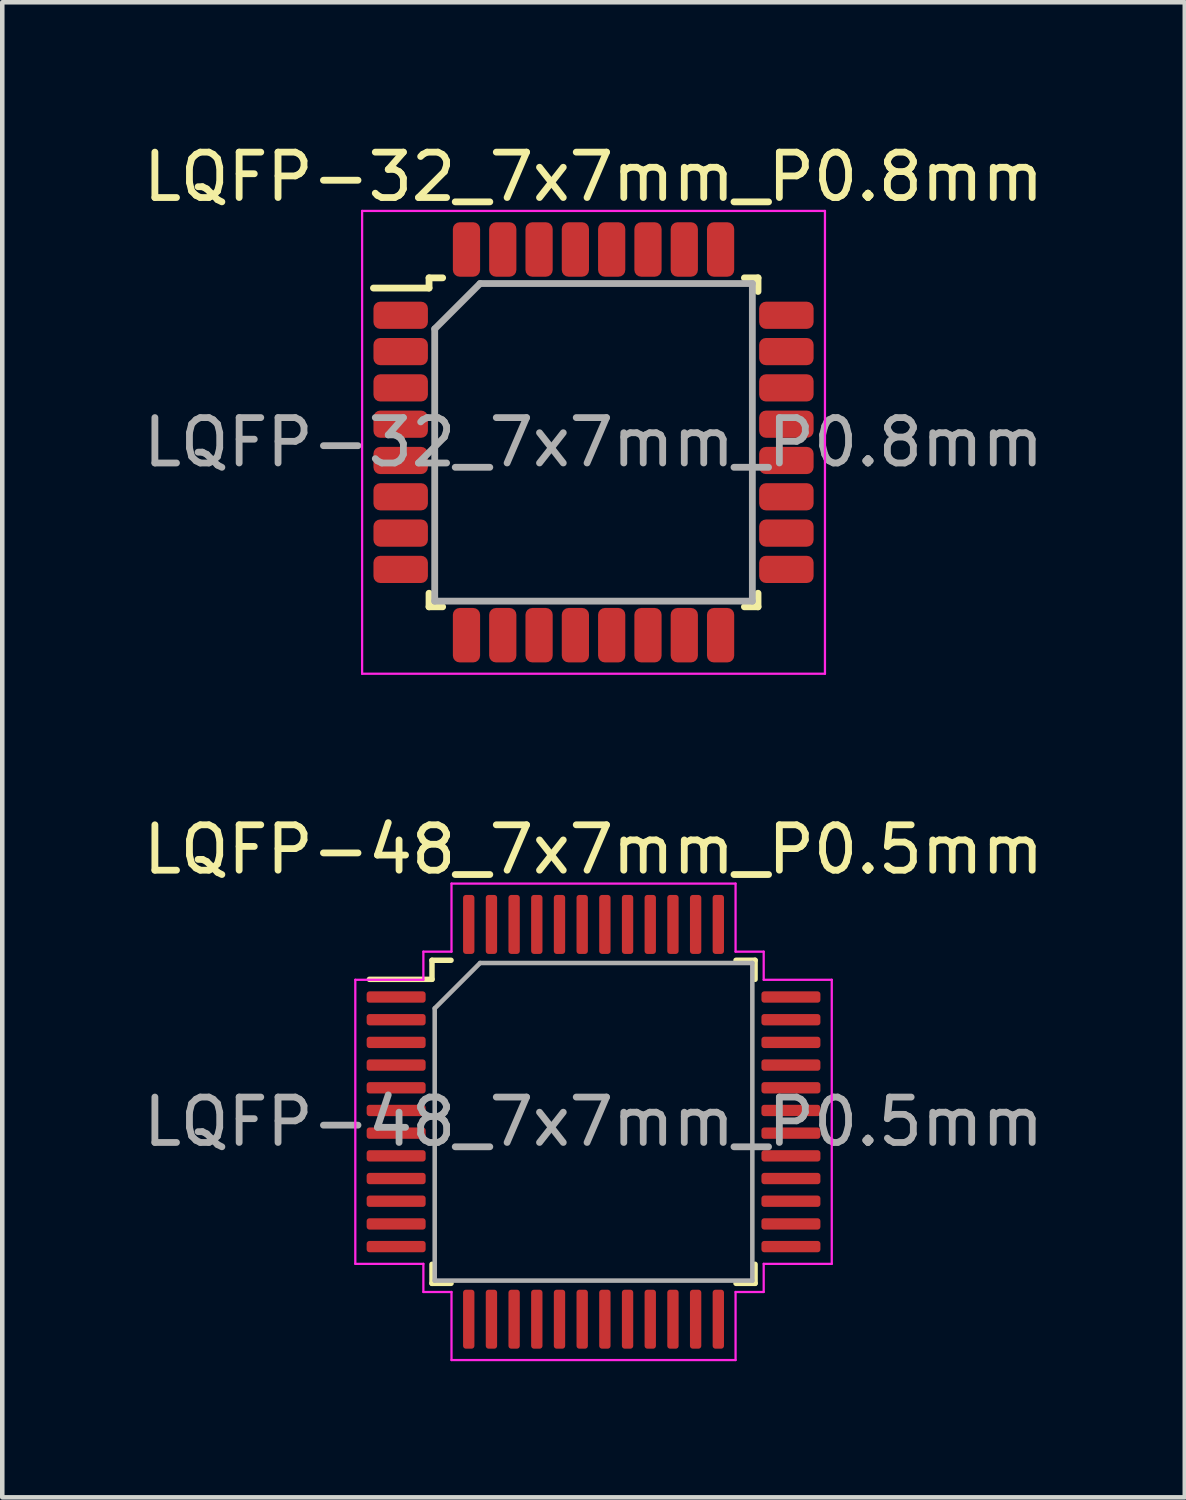
<source format=kicad_pcb>
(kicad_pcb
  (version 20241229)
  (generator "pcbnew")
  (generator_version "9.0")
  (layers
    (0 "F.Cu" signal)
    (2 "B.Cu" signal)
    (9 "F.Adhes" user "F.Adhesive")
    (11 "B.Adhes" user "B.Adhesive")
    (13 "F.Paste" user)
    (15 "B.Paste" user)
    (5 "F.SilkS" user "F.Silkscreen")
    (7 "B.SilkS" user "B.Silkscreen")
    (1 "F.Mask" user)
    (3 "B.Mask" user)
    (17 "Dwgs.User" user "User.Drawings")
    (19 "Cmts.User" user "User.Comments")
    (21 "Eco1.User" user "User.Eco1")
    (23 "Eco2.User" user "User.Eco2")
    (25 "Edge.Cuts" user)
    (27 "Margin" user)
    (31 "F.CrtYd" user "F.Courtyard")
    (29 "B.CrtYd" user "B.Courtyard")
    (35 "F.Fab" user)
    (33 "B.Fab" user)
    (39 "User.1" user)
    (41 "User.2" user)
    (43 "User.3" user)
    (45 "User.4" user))
  (footprint "LQFP-32_7x7mm_P0.8mm"
    (layer "F.Cu")
    (at 10.03 6.698)
    (property "Reference" "LQFP-32_7x7mm_P0.8mm" (at 0 -5.85 0) (layer "F.SilkS") (effects (font (size 1 1) (thickness 0.15))))
    (attr smd)
    (fp_line (start -3.625 -3.625) (end -3.625 -3.4) (stroke (width 0.15) (type solid)) (layer "F.SilkS"))
    (fp_line (start -3.625 -3.625) (end -3.325 -3.625) (stroke (width 0.15) (type solid)) (layer "F.SilkS"))
    (fp_line (start -3.625 -3.4) (end -4.85 -3.4) (stroke (width 0.15) (type solid)) (layer "F.SilkS"))
    (fp_line (start -3.625 3.625) (end -3.625 3.325) (stroke (width 0.15) (type solid)) (layer "F.SilkS"))
    (fp_line (start -3.625 3.625) (end -3.325 3.625) (stroke (width 0.15) (type solid)) (layer "F.SilkS"))
    (fp_line (start 3.625 -3.625) (end 3.325 -3.625) (stroke (width 0.15) (type solid)) (layer "F.SilkS"))
    (fp_line (start 3.625 -3.625) (end 3.625 -3.325) (stroke (width 0.15) (type solid)) (layer "F.SilkS"))
    (fp_line (start 3.625 3.625) (end 3.325 3.625) (stroke (width 0.15) (type solid)) (layer "F.SilkS"))
    (fp_line (start 3.625 3.625) (end 3.625 3.325) (stroke (width 0.15) (type solid)) (layer "F.SilkS"))
    (fp_line (start -5.1 -5.1) (end -5.1 5.1) (stroke (width 0.05) (type solid)) (layer "F.CrtYd"))
    (fp_line (start -5.1 -5.1) (end 5.1 -5.1) (stroke (width 0.05) (type solid)) (layer "F.CrtYd"))
    (fp_line (start -5.1 5.1) (end 5.1 5.1) (stroke (width 0.05) (type solid)) (layer "F.CrtYd"))
    (fp_line (start 5.1 -5.1) (end 5.1 5.1) (stroke (width 0.05) (type solid)) (layer "F.CrtYd"))
    (fp_line (start -3.5 -2.5) (end -2.5 -3.5) (stroke (width 0.15) (type solid)) (layer "F.Fab"))
    (fp_line (start -3.5 3.5) (end -3.5 -2.5) (stroke (width 0.15) (type solid)) (layer "F.Fab"))
    (fp_line (start -2.5 -3.5) (end 3.5 -3.5) (stroke (width 0.15) (type solid)) (layer "F.Fab"))
    (fp_line (start 3.5 -3.5) (end 3.5 3.5) (stroke (width 0.15) (type solid)) (layer "F.Fab"))
    (fp_line (start 3.5 3.5) (end -3.5 3.5) (stroke (width 0.15) (type solid)) (layer "F.Fab"))
    (fp_text user "${REFERENCE}" (at 0 0 0) (layer "F.Fab") (effects (font (size 1 1) (thickness 0.15))))
    (pad "1" smd roundrect (at -4.25 -2.8) (size 1.2 0.6) (layers "F.Cu" "F.Mask" "F.Paste") (roundrect_rratio 0.25))
    (pad "2" smd roundrect (at -4.25 -2) (size 1.2 0.6) (layers "F.Cu" "F.Mask" "F.Paste") (roundrect_rratio 0.25))
    (pad "3" smd roundrect (at -4.25 -1.2) (size 1.2 0.6) (layers "F.Cu" "F.Mask" "F.Paste") (roundrect_rratio 0.25))
    (pad "4" smd roundrect (at -4.25 -0.4) (size 1.2 0.6) (layers "F.Cu" "F.Mask" "F.Paste") (roundrect_rratio 0.25))
    (pad "5" smd roundrect (at -4.25 0.4) (size 1.2 0.6) (layers "F.Cu" "F.Mask" "F.Paste") (roundrect_rratio 0.25))
    (pad "6" smd roundrect (at -4.25 1.2) (size 1.2 0.6) (layers "F.Cu" "F.Mask" "F.Paste") (roundrect_rratio 0.25))
    (pad "7" smd roundrect (at -4.25 2) (size 1.2 0.6) (layers "F.Cu" "F.Mask" "F.Paste") (roundrect_rratio 0.25))
    (pad "8" smd roundrect (at -4.25 2.8) (size 1.2 0.6) (layers "F.Cu" "F.Mask" "F.Paste") (roundrect_rratio 0.25))
    (pad "9" smd roundrect (at -2.8 4.25 90) (size 1.2 0.6) (layers "F.Cu" "F.Mask" "F.Paste") (roundrect_rratio 0.25))
    (pad "10" smd roundrect (at -2 4.25 90) (size 1.2 0.6) (layers "F.Cu" "F.Mask" "F.Paste") (roundrect_rratio 0.25))
    (pad "11" smd roundrect (at -1.2 4.25 90) (size 1.2 0.6) (layers "F.Cu" "F.Mask" "F.Paste") (roundrect_rratio 0.25))
    (pad "12" smd roundrect (at -0.4 4.25 90) (size 1.2 0.6) (layers "F.Cu" "F.Mask" "F.Paste") (roundrect_rratio 0.25))
    (pad "13" smd roundrect (at 0.4 4.25 90) (size 1.2 0.6) (layers "F.Cu" "F.Mask" "F.Paste") (roundrect_rratio 0.25))
    (pad "14" smd roundrect (at 1.2 4.25 90) (size 1.2 0.6) (layers "F.Cu" "F.Mask" "F.Paste") (roundrect_rratio 0.25))
    (pad "15" smd roundrect (at 2 4.25 90) (size 1.2 0.6) (layers "F.Cu" "F.Mask" "F.Paste") (roundrect_rratio 0.25))
    (pad "16" smd roundrect (at 2.8 4.25 90) (size 1.2 0.6) (layers "F.Cu" "F.Mask" "F.Paste") (roundrect_rratio 0.25))
    (pad "17" smd roundrect (at 4.25 2.8) (size 1.2 0.6) (layers "F.Cu" "F.Mask" "F.Paste") (roundrect_rratio 0.25))
    (pad "18" smd roundrect (at 4.25 2) (size 1.2 0.6) (layers "F.Cu" "F.Mask" "F.Paste") (roundrect_rratio 0.25))
    (pad "19" smd roundrect (at 4.25 1.2) (size 1.2 0.6) (layers "F.Cu" "F.Mask" "F.Paste") (roundrect_rratio 0.25))
    (pad "20" smd roundrect (at 4.25 0.4) (size 1.2 0.6) (layers "F.Cu" "F.Mask" "F.Paste") (roundrect_rratio 0.25))
    (pad "21" smd roundrect (at 4.25 -0.4) (size 1.2 0.6) (layers "F.Cu" "F.Mask" "F.Paste") (roundrect_rratio 0.25))
    (pad "22" smd roundrect (at 4.25 -1.2) (size 1.2 0.6) (layers "F.Cu" "F.Mask" "F.Paste") (roundrect_rratio 0.25))
    (pad "23" smd roundrect (at 4.25 -2) (size 1.2 0.6) (layers "F.Cu" "F.Mask" "F.Paste") (roundrect_rratio 0.25))
    (pad "24" smd roundrect (at 4.25 -2.8) (size 1.2 0.6) (layers "F.Cu" "F.Mask" "F.Paste") (roundrect_rratio 0.25))
    (pad "25" smd roundrect (at 2.8 -4.25 90) (size 1.2 0.6) (layers "F.Cu" "F.Mask" "F.Paste") (roundrect_rratio 0.25))
    (pad "26" smd roundrect (at 2 -4.25 90) (size 1.2 0.6) (layers "F.Cu" "F.Mask" "F.Paste") (roundrect_rratio 0.25))
    (pad "27" smd roundrect (at 1.2 -4.25 90) (size 1.2 0.6) (layers "F.Cu" "F.Mask" "F.Paste") (roundrect_rratio 0.25))
    (pad "28" smd roundrect (at 0.4 -4.25 90) (size 1.2 0.6) (layers "F.Cu" "F.Mask" "F.Paste") (roundrect_rratio 0.25))
    (pad "29" smd roundrect (at -0.4 -4.25 90) (size 1.2 0.6) (layers "F.Cu" "F.Mask" "F.Paste") (roundrect_rratio 0.25))
    (pad "30" smd roundrect (at -1.2 -4.25 90) (size 1.2 0.6) (layers "F.Cu" "F.Mask" "F.Paste") (roundrect_rratio 0.25))
    (pad "31" smd roundrect (at -2 -4.25 90) (size 1.2 0.6) (layers "F.Cu" "F.Mask" "F.Paste") (roundrect_rratio 0.25))
    (pad "32" smd roundrect (at -2.8 -4.25 90) (size 1.2 0.6) (layers "F.Cu" "F.Mask" "F.Paste") (roundrect_rratio 0.25)))
  (footprint "LQFP-48_7x7mm_P0.5mm"
    (layer "F.Cu")
    (at 10.03 21.672)
    (property "Reference" "LQFP-48_7x7mm_P0.5mm" (at 0 -6 0) (layer "F.SilkS") (effects (font (size 1 1) (thickness 0.15))))
    (attr smd)
    (fp_line (start -3.56 -3.56) (end -3.56 -3.14) (stroke (width 0.12) (type solid)) (layer "F.SilkS"))
    (fp_line (start -3.56 -3.56) (end -3.14 -3.56) (stroke (width 0.12) (type solid)) (layer "F.SilkS"))
    (fp_line (start -3.56 -3.14) (end -4.94 -3.14) (stroke (width 0.12) (type solid)) (layer "F.SilkS"))
    (fp_line (start -3.56 3.56) (end -3.56 3.14) (stroke (width 0.12) (type solid)) (layer "F.SilkS"))
    (fp_line (start -3.56 3.56) (end -3.14 3.56) (stroke (width 0.12) (type solid)) (layer "F.SilkS"))
    (fp_line (start 3.56 -3.56) (end 3.14 -3.56) (stroke (width 0.12) (type solid)) (layer "F.SilkS"))
    (fp_line (start 3.56 -3.56) (end 3.56 -3.14) (stroke (width 0.12) (type solid)) (layer "F.SilkS"))
    (fp_line (start 3.56 3.56) (end 3.14 3.56) (stroke (width 0.12) (type solid)) (layer "F.SilkS"))
    (fp_line (start 3.56 3.56) (end 3.56 3.14) (stroke (width 0.12) (type solid)) (layer "F.SilkS"))
    (fp_line (start -5.25 -3.13) (end -5.25 3.13) (stroke (width 0.05) (type solid)) (layer "F.CrtYd"))
    (fp_line (start -3.75 -3.13) (end -5.25 -3.13) (stroke (width 0.05) (type solid)) (layer "F.CrtYd"))
    (fp_line (start -3.75 -3.13) (end -3.75 -3.75) (stroke (width 0.05) (type solid)) (layer "F.CrtYd"))
    (fp_line (start -3.75 3.13) (end -5.25 3.13) (stroke (width 0.05) (type solid)) (layer "F.CrtYd"))
    (fp_line (start -3.75 3.13) (end -3.75 3.75) (stroke (width 0.05) (type solid)) (layer "F.CrtYd"))
    (fp_line (start -3.13 -5.25) (end 3.13 -5.25) (stroke (width 0.05) (type solid)) (layer "F.CrtYd"))
    (fp_line (start -3.13 -3.75) (end -3.75 -3.75) (stroke (width 0.05) (type solid)) (layer "F.CrtYd"))
    (fp_line (start -3.13 -3.75) (end -3.13 -5.25) (stroke (width 0.05) (type solid)) (layer "F.CrtYd"))
    (fp_line (start -3.13 3.75) (end -3.75 3.75) (stroke (width 0.05) (type solid)) (layer "F.CrtYd"))
    (fp_line (start -3.13 3.75) (end -3.13 5.25) (stroke (width 0.05) (type solid)) (layer "F.CrtYd"))
    (fp_line (start -3.13 5.25) (end 3.13 5.25) (stroke (width 0.05) (type solid)) (layer "F.CrtYd"))
    (fp_line (start 3.13 -3.75) (end 3.13 -5.25) (stroke (width 0.05) (type solid)) (layer "F.CrtYd"))
    (fp_line (start 3.13 -3.75) (end 3.75 -3.75) (stroke (width 0.05) (type solid)) (layer "F.CrtYd"))
    (fp_line (start 3.13 3.75) (end 3.75 3.75) (stroke (width 0.05) (type solid)) (layer "F.CrtYd"))
    (fp_line (start 3.13 5.25) (end 3.13 3.75) (stroke (width 0.05) (type solid)) (layer "F.CrtYd"))
    (fp_line (start 3.75 -3.13) (end 3.75 -3.75) (stroke (width 0.05) (type solid)) (layer "F.CrtYd"))
    (fp_line (start 3.75 -3.13) (end 5.25 -3.13) (stroke (width 0.05) (type solid)) (layer "F.CrtYd"))
    (fp_line (start 3.75 3.13) (end 3.75 3.75) (stroke (width 0.05) (type solid)) (layer "F.CrtYd"))
    (fp_line (start 3.75 3.13) (end 5.25 3.13) (stroke (width 0.05) (type solid)) (layer "F.CrtYd"))
    (fp_line (start 5.25 -3.13) (end 5.25 3.13) (stroke (width 0.05) (type solid)) (layer "F.CrtYd"))
    (fp_line (start -3.5 -2.5) (end -2.5 -3.5) (stroke (width 0.1) (type solid)) (layer "F.Fab"))
    (fp_line (start -3.5 3.5) (end -3.5 -2.5) (stroke (width 0.1) (type solid)) (layer "F.Fab"))
    (fp_line (start -2.5 -3.5) (end 3.5 -3.5) (stroke (width 0.1) (type solid)) (layer "F.Fab"))
    (fp_line (start 3.5 -3.5) (end 3.5 3.5) (stroke (width 0.1) (type solid)) (layer "F.Fab"))
    (fp_line (start 3.5 3.5) (end -3.5 3.5) (stroke (width 0.1) (type solid)) (layer "F.Fab"))
    (fp_text user "${REFERENCE}" (at 0 0 0) (layer "F.Fab") (effects (font (size 1 1) (thickness 0.15))))
    (pad "1" smd roundrect (at -4.35 -2.75) (size 1.3 0.25) (layers "F.Cu" "F.Mask" "F.Paste") (roundrect_rratio 0.25))
    (pad "2" smd roundrect (at -4.35 -2.25) (size 1.3 0.25) (layers "F.Cu" "F.Mask" "F.Paste") (roundrect_rratio 0.25))
    (pad "3" smd roundrect (at -4.35 -1.75) (size 1.3 0.25) (layers "F.Cu" "F.Mask" "F.Paste") (roundrect_rratio 0.25))
    (pad "4" smd roundrect (at -4.35 -1.25) (size 1.3 0.25) (layers "F.Cu" "F.Mask" "F.Paste") (roundrect_rratio 0.25))
    (pad "5" smd roundrect (at -4.35 -0.75) (size 1.3 0.25) (layers "F.Cu" "F.Mask" "F.Paste") (roundrect_rratio 0.25))
    (pad "6" smd roundrect (at -4.35 -0.25) (size 1.3 0.25) (layers "F.Cu" "F.Mask" "F.Paste") (roundrect_rratio 0.25))
    (pad "7" smd roundrect (at -4.35 0.25) (size 1.3 0.25) (layers "F.Cu" "F.Mask" "F.Paste") (roundrect_rratio 0.25))
    (pad "8" smd roundrect (at -4.35 0.75) (size 1.3 0.25) (layers "F.Cu" "F.Mask" "F.Paste") (roundrect_rratio 0.25))
    (pad "9" smd roundrect (at -4.35 1.25) (size 1.3 0.25) (layers "F.Cu" "F.Mask" "F.Paste") (roundrect_rratio 0.25))
    (pad "10" smd roundrect (at -4.35 1.75) (size 1.3 0.25) (layers "F.Cu" "F.Mask" "F.Paste") (roundrect_rratio 0.25))
    (pad "11" smd roundrect (at -4.35 2.25) (size 1.3 0.25) (layers "F.Cu" "F.Mask" "F.Paste") (roundrect_rratio 0.25))
    (pad "12" smd roundrect (at -4.35 2.75) (size 1.3 0.25) (layers "F.Cu" "F.Mask" "F.Paste") (roundrect_rratio 0.25))
    (pad "13" smd roundrect (at -2.75 4.35 90) (size 1.3 0.25) (layers "F.Cu" "F.Mask" "F.Paste") (roundrect_rratio 0.25))
    (pad "14" smd roundrect (at -2.25 4.35 90) (size 1.3 0.25) (layers "F.Cu" "F.Mask" "F.Paste") (roundrect_rratio 0.25))
    (pad "15" smd roundrect (at -1.75 4.35 90) (size 1.3 0.25) (layers "F.Cu" "F.Mask" "F.Paste") (roundrect_rratio 0.25))
    (pad "16" smd roundrect (at -1.25 4.35 90) (size 1.3 0.25) (layers "F.Cu" "F.Mask" "F.Paste") (roundrect_rratio 0.25))
    (pad "17" smd roundrect (at -0.75 4.35 90) (size 1.3 0.25) (layers "F.Cu" "F.Mask" "F.Paste") (roundrect_rratio 0.25))
    (pad "18" smd roundrect (at -0.25 4.35 90) (size 1.3 0.25) (layers "F.Cu" "F.Mask" "F.Paste") (roundrect_rratio 0.25))
    (pad "19" smd roundrect (at 0.25 4.35 90) (size 1.3 0.25) (layers "F.Cu" "F.Mask" "F.Paste") (roundrect_rratio 0.25))
    (pad "20" smd roundrect (at 0.75 4.35 90) (size 1.3 0.25) (layers "F.Cu" "F.Mask" "F.Paste") (roundrect_rratio 0.25))
    (pad "21" smd roundrect (at 1.25 4.35 90) (size 1.3 0.25) (layers "F.Cu" "F.Mask" "F.Paste") (roundrect_rratio 0.25))
    (pad "22" smd roundrect (at 1.75 4.35 90) (size 1.3 0.25) (layers "F.Cu" "F.Mask" "F.Paste") (roundrect_rratio 0.25))
    (pad "23" smd roundrect (at 2.25 4.35 90) (size 1.3 0.25) (layers "F.Cu" "F.Mask" "F.Paste") (roundrect_rratio 0.25))
    (pad "24" smd roundrect (at 2.75 4.35 90) (size 1.3 0.25) (layers "F.Cu" "F.Mask" "F.Paste") (roundrect_rratio 0.25))
    (pad "25" smd roundrect (at 4.35 2.75) (size 1.3 0.25) (layers "F.Cu" "F.Mask" "F.Paste") (roundrect_rratio 0.25))
    (pad "26" smd roundrect (at 4.35 2.25) (size 1.3 0.25) (layers "F.Cu" "F.Mask" "F.Paste") (roundrect_rratio 0.25))
    (pad "27" smd roundrect (at 4.35 1.75) (size 1.3 0.25) (layers "F.Cu" "F.Mask" "F.Paste") (roundrect_rratio 0.25))
    (pad "28" smd roundrect (at 4.35 1.25) (size 1.3 0.25) (layers "F.Cu" "F.Mask" "F.Paste") (roundrect_rratio 0.25))
    (pad "29" smd roundrect (at 4.35 0.75) (size 1.3 0.25) (layers "F.Cu" "F.Mask" "F.Paste") (roundrect_rratio 0.25))
    (pad "30" smd roundrect (at 4.35 0.25) (size 1.3 0.25) (layers "F.Cu" "F.Mask" "F.Paste") (roundrect_rratio 0.25))
    (pad "31" smd roundrect (at 4.35 -0.25) (size 1.3 0.25) (layers "F.Cu" "F.Mask" "F.Paste") (roundrect_rratio 0.25))
    (pad "32" smd roundrect (at 4.35 -0.75) (size 1.3 0.25) (layers "F.Cu" "F.Mask" "F.Paste") (roundrect_rratio 0.25))
    (pad "33" smd roundrect (at 4.35 -1.25) (size 1.3 0.25) (layers "F.Cu" "F.Mask" "F.Paste") (roundrect_rratio 0.25))
    (pad "34" smd roundrect (at 4.35 -1.75) (size 1.3 0.25) (layers "F.Cu" "F.Mask" "F.Paste") (roundrect_rratio 0.25))
    (pad "35" smd roundrect (at 4.35 -2.25) (size 1.3 0.25) (layers "F.Cu" "F.Mask" "F.Paste") (roundrect_rratio 0.25))
    (pad "36" smd roundrect (at 4.35 -2.75) (size 1.3 0.25) (layers "F.Cu" "F.Mask" "F.Paste") (roundrect_rratio 0.25))
    (pad "37" smd roundrect (at 2.75 -4.35 90) (size 1.3 0.25) (layers "F.Cu" "F.Mask" "F.Paste") (roundrect_rratio 0.25))
    (pad "38" smd roundrect (at 2.25 -4.35 90) (size 1.3 0.25) (layers "F.Cu" "F.Mask" "F.Paste") (roundrect_rratio 0.25))
    (pad "39" smd roundrect (at 1.75 -4.35 90) (size 1.3 0.25) (layers "F.Cu" "F.Mask" "F.Paste") (roundrect_rratio 0.25))
    (pad "40" smd roundrect (at 1.25 -4.35 90) (size 1.3 0.25) (layers "F.Cu" "F.Mask" "F.Paste") (roundrect_rratio 0.25))
    (pad "41" smd roundrect (at 0.75 -4.35 90) (size 1.3 0.25) (layers "F.Cu" "F.Mask" "F.Paste") (roundrect_rratio 0.25))
    (pad "42" smd roundrect (at 0.25 -4.35 90) (size 1.3 0.25) (layers "F.Cu" "F.Mask" "F.Paste") (roundrect_rratio 0.25))
    (pad "43" smd roundrect (at -0.25 -4.35 90) (size 1.3 0.25) (layers "F.Cu" "F.Mask" "F.Paste") (roundrect_rratio 0.25))
    (pad "44" smd roundrect (at -0.75 -4.35 90) (size 1.3 0.25) (layers "F.Cu" "F.Mask" "F.Paste") (roundrect_rratio 0.25))
    (pad "45" smd roundrect (at -1.25 -4.35 90) (size 1.3 0.25) (layers "F.Cu" "F.Mask" "F.Paste") (roundrect_rratio 0.25))
    (pad "46" smd roundrect (at -1.75 -4.35 90) (size 1.3 0.25) (layers "F.Cu" "F.Mask" "F.Paste") (roundrect_rratio 0.25))
    (pad "47" smd roundrect (at -2.25 -4.35 90) (size 1.3 0.25) (layers "F.Cu" "F.Mask" "F.Paste") (roundrect_rratio 0.25))
    (pad "48" smd roundrect (at -2.75 -4.35 90) (size 1.3 0.25) (layers "F.Cu" "F.Mask" "F.Paste") (roundrect_rratio 0.25)))
  (gr_rect
    (start -3 -3)
    (end 23.06 29.947)
    (stroke (width 0.1) (type default))
    (fill no)
    (layer "Edge.Cuts")))
</source>
